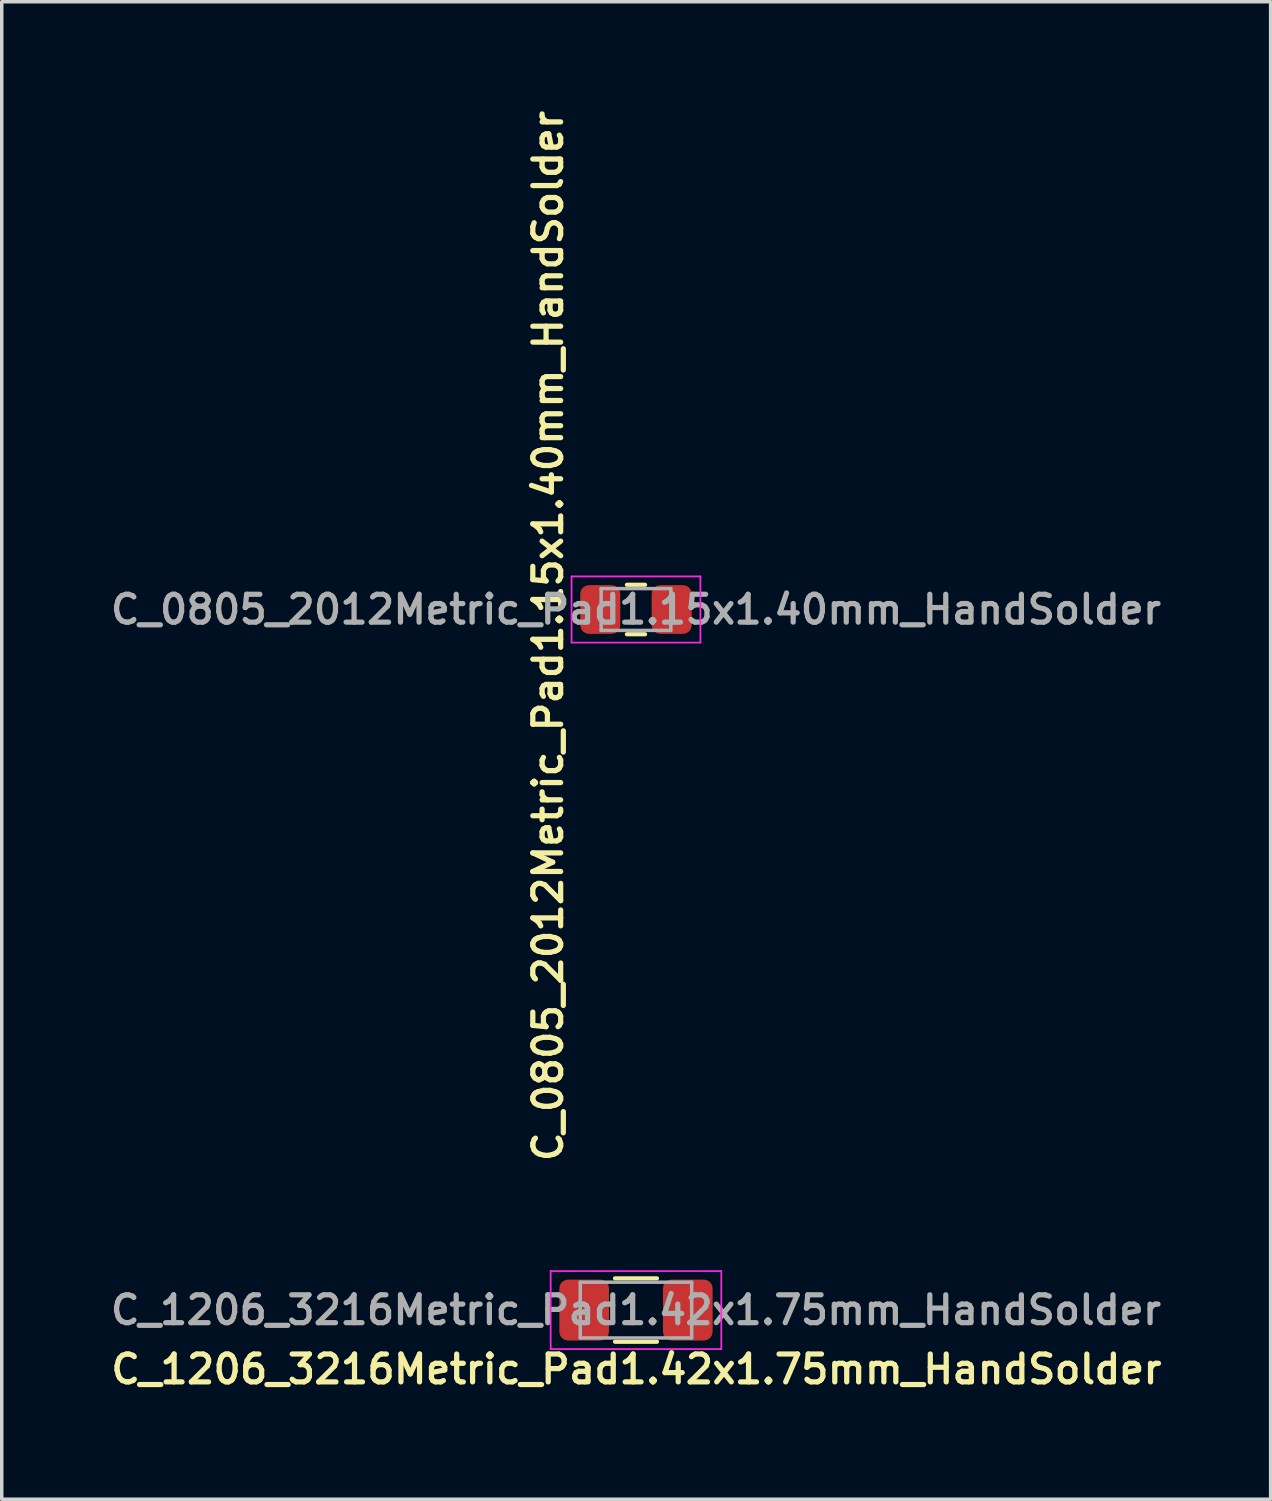
<source format=kicad_pcb>
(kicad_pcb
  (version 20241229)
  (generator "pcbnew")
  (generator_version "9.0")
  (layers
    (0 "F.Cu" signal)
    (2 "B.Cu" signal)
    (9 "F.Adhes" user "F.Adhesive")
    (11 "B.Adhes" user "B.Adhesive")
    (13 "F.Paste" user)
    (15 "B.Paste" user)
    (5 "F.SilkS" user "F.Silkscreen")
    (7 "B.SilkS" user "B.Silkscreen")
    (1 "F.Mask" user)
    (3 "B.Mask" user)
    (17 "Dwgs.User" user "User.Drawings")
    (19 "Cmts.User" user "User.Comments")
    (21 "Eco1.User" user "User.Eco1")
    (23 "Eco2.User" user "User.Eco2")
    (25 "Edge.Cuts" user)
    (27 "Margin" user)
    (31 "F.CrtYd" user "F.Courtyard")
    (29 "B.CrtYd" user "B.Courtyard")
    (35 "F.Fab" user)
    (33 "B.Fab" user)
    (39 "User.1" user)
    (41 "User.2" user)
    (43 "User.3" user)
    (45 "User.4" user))
  (footprint "C_1206_3216Metric_Pad1.42x1.75mm_HandSolder"
    (layer "F.Cu")
    (at 15.212 34.568)
    (property "Reference" "C_1206_3216Metric_Pad1.42x1.75mm_HandSolder" (at 0.013 1.7 0) (layer "F.SilkS") (effects (font (size 0.8 0.8) (thickness 0.15))))
    (attr smd)
    (fp_line (start -0.602 -0.91) (end 0.602 -0.91) (stroke (width 0.12) (type solid)) (layer "F.SilkS"))
    (fp_line (start -0.602 0.91) (end 0.602 0.91) (stroke (width 0.12) (type solid)) (layer "F.SilkS"))
    (fp_line (start -2.45 -1.12) (end 2.45 -1.12) (stroke (width 0.05) (type solid)) (layer "F.CrtYd"))
    (fp_line (start -2.45 1.12) (end -2.45 -1.12) (stroke (width 0.05) (type solid)) (layer "F.CrtYd"))
    (fp_line (start 2.45 -1.12) (end 2.45 1.12) (stroke (width 0.05) (type solid)) (layer "F.CrtYd"))
    (fp_line (start 2.45 1.12) (end -2.45 1.12) (stroke (width 0.05) (type solid)) (layer "F.CrtYd"))
    (fp_line (start -1.6 -0.8) (end 1.6 -0.8) (stroke (width 0.1) (type solid)) (layer "F.Fab"))
    (fp_line (start -1.6 0.8) (end -1.6 -0.8) (stroke (width 0.1) (type solid)) (layer "F.Fab"))
    (fp_line (start 1.6 -0.8) (end 1.6 0.8) (stroke (width 0.1) (type solid)) (layer "F.Fab"))
    (fp_line (start 1.6 0.8) (end -1.6 0.8) (stroke (width 0.1) (type solid)) (layer "F.Fab"))
    (fp_text user "${REFERENCE}" (at 0 0 0) (layer "F.Fab") (effects (font (size 0.8 0.8) (thickness 0.15))))
    (pad "1" smd roundrect (at -1.488 0) (size 1.425 1.75) (layers "F.Cu" "F.Mask" "F.Paste") (roundrect_rratio 0.175))
    (pad "2" smd roundrect (at 1.488 0) (size 1.425 1.75) (layers "F.Cu" "F.Mask" "F.Paste") (roundrect_rratio 0.175)))
  (footprint "C_0805_2012Metric_Pad1.15x1.40mm_HandSolder"
    (layer "F.Cu")
    (at 15.212 14.452)
    (property "Reference" "C_0805_2012Metric_Pad1.15x1.40mm_HandSolder" (at -2.525 0.76 90) (layer "F.SilkS") (effects (font (size 0.8 0.8) (thickness 0.15))))
    (attr smd)
    (fp_line (start -0.261 -0.71) (end 0.261 -0.71) (stroke (width 0.12) (type solid)) (layer "F.SilkS"))
    (fp_line (start -0.261 0.71) (end 0.261 0.71) (stroke (width 0.12) (type solid)) (layer "F.SilkS"))
    (fp_line (start -1.85 -0.95) (end 1.85 -0.95) (stroke (width 0.05) (type solid)) (layer "F.CrtYd"))
    (fp_line (start -1.85 0.95) (end -1.85 -0.95) (stroke (width 0.05) (type solid)) (layer "F.CrtYd"))
    (fp_line (start 1.85 -0.95) (end 1.85 0.95) (stroke (width 0.05) (type solid)) (layer "F.CrtYd"))
    (fp_line (start 1.85 0.95) (end -1.85 0.95) (stroke (width 0.05) (type solid)) (layer "F.CrtYd"))
    (fp_line (start -1 -0.6) (end 1 -0.6) (stroke (width 0.1) (type solid)) (layer "F.Fab"))
    (fp_line (start -1 0.6) (end -1 -0.6) (stroke (width 0.1) (type solid)) (layer "F.Fab"))
    (fp_line (start 1 -0.6) (end 1 0.6) (stroke (width 0.1) (type solid)) (layer "F.Fab"))
    (fp_line (start 1 0.6) (end -1 0.6) (stroke (width 0.1) (type solid)) (layer "F.Fab"))
    (fp_text user "${REFERENCE}" (at 0 0 0) (layer "F.Fab") (effects (font (size 0.8 0.8) (thickness 0.15))))
    (pad "1" smd roundrect (at -1.025 0) (size 1.15 1.4) (layers "F.Cu" "F.Mask" "F.Paste") (roundrect_rratio 0.217))
    (pad "2" smd roundrect (at 1.025 0) (size 1.15 1.4) (layers "F.Cu" "F.Mask" "F.Paste") (roundrect_rratio 0.217)))
  (gr_rect
    (start -3 -3)
    (end 33.436 40)
    (stroke (width 0.1) (type default))
    (fill no)
    (layer "Edge.Cuts")))
</source>
